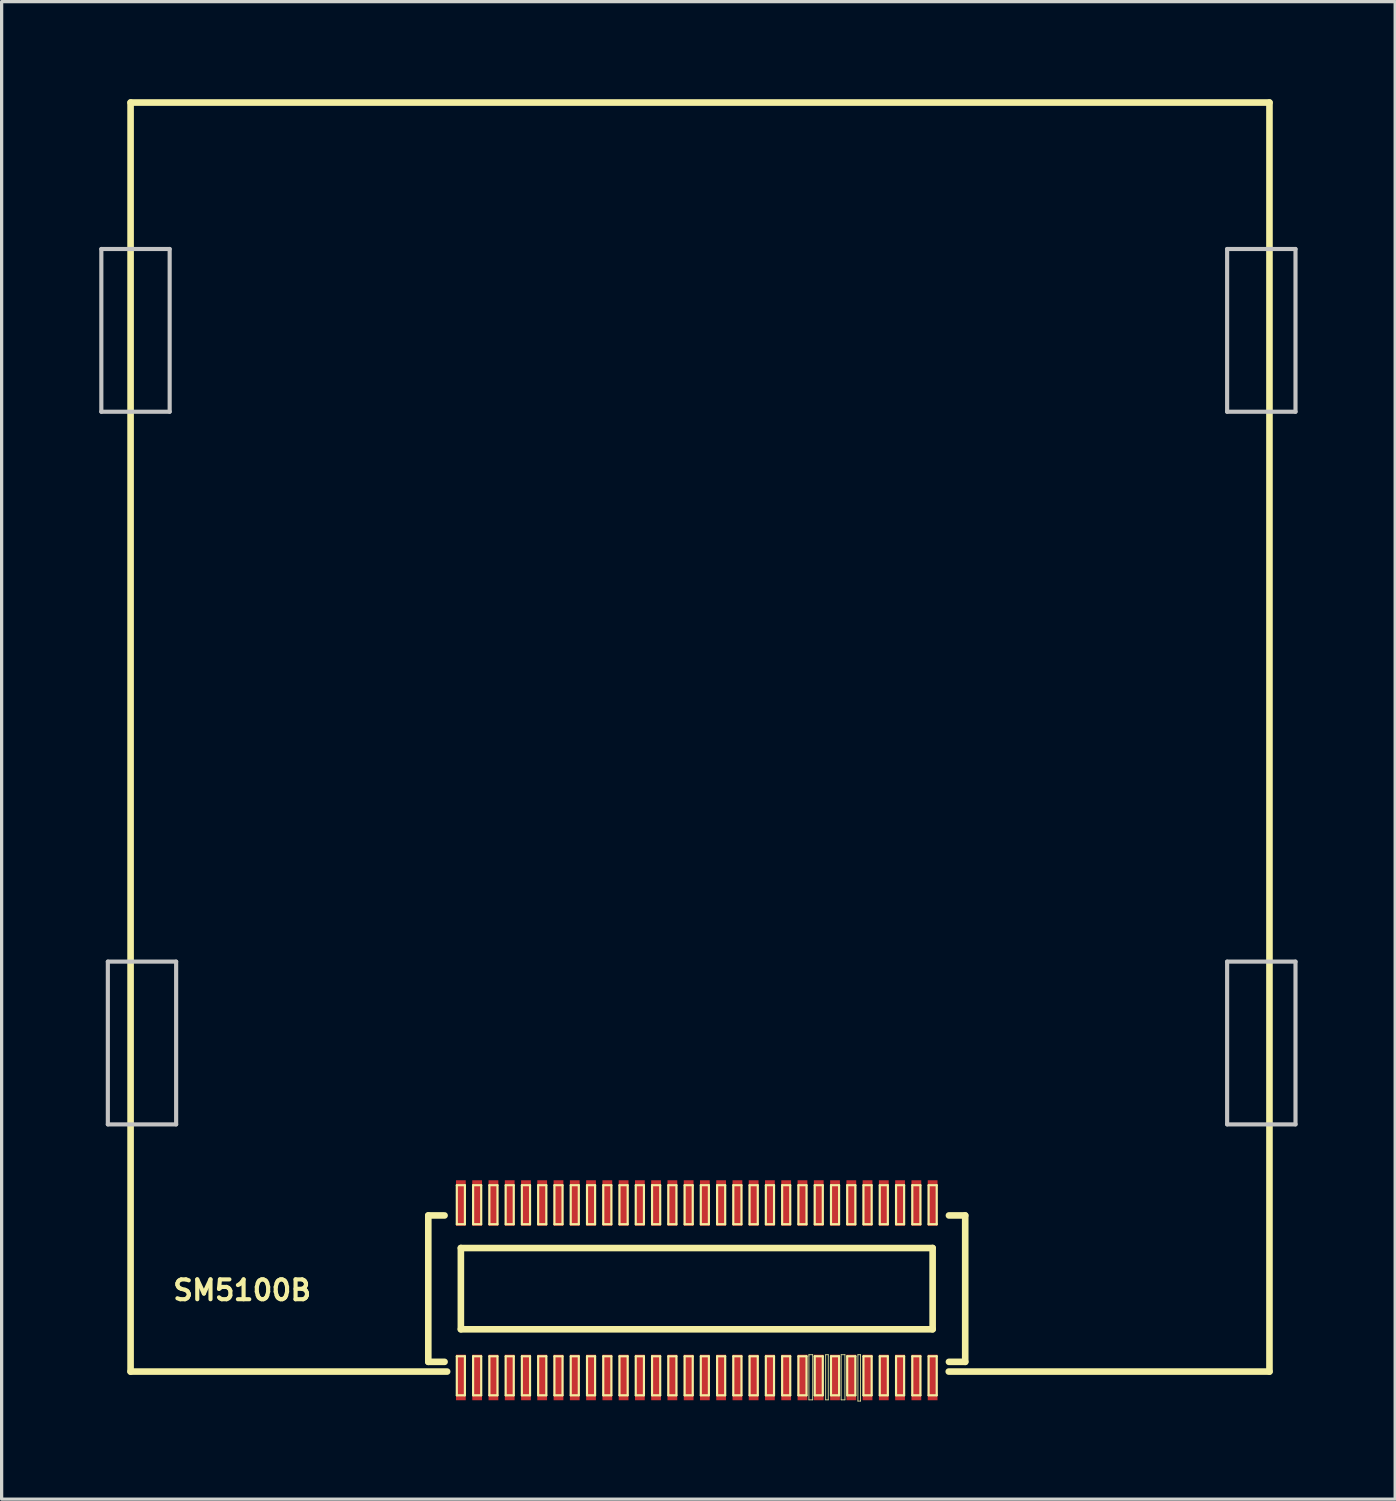
<source format=kicad_pcb>
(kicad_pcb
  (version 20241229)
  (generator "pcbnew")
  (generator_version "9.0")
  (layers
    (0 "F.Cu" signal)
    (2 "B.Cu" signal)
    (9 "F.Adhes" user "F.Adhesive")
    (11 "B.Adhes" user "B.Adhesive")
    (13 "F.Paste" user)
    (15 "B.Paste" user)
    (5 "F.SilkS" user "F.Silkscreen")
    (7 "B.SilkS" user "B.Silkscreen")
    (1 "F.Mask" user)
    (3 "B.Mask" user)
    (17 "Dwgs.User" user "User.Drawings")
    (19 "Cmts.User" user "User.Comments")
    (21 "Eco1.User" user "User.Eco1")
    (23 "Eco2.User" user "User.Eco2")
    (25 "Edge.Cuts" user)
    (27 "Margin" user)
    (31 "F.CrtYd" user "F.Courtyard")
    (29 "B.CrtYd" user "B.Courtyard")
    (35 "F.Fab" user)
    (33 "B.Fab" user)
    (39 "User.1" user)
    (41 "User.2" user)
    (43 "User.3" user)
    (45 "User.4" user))
  (footprint "SM5100B"
    (layer "F.Cu")
    (at 18.362 36.601)
    (property "Reference" "SM5100B" (at -13.97 0 180) (layer "F.SilkS") (effects (font (size 0.61 0.61) (thickness 0.127))))
    (attr smd)
    (fp_line (start -17.399 -36.5) (end 17.6 -36.5) (stroke (width 0.203) (type solid)) (layer "F.SilkS"))
    (fp_line (start -17.399 2.499) (end -17.399 -36.5) (stroke (width 0.203) (type solid)) (layer "F.SilkS"))
    (fp_line (start -8.25 -2.299) (end -8.25 2.2) (stroke (width 0.203) (type solid)) (layer "F.SilkS"))
    (fp_line (start -8.25 2.2) (end -7.75 2.2) (stroke (width 0.203) (type solid)) (layer "F.SilkS"))
    (fp_line (start -7.75 -2.299) (end -8.25 -2.299) (stroke (width 0.203) (type solid)) (layer "F.SilkS"))
    (fp_line (start -7.671 2.499) (end -17.399 2.499) (stroke (width 0.203) (type solid)) (layer "F.SilkS"))
    (fp_line (start -7.374 -3.228) (end -7.125 -3.228) (stroke (width 0.066) (type solid)) (layer "F.SilkS"))
    (fp_line (start -7.374 -2.029) (end -7.374 -3.228) (stroke (width 0.066) (type solid)) (layer "F.SilkS"))
    (fp_line (start -7.374 -2.029) (end -7.125 -2.029) (stroke (width 0.066) (type solid)) (layer "F.SilkS"))
    (fp_line (start -7.374 2.029) (end -7.125 2.029) (stroke (width 0.066) (type solid)) (layer "F.SilkS"))
    (fp_line (start -7.374 3.228) (end -7.374 2.029) (stroke (width 0.066) (type solid)) (layer "F.SilkS"))
    (fp_line (start -7.374 3.228) (end -7.125 3.228) (stroke (width 0.066) (type solid)) (layer "F.SilkS"))
    (fp_line (start -7.249 -1.298) (end 7.249 -1.298) (stroke (width 0.203) (type solid)) (layer "F.SilkS"))
    (fp_line (start -7.249 1.199) (end -7.249 -1.298) (stroke (width 0.203) (type solid)) (layer "F.SilkS"))
    (fp_line (start -7.125 -2.029) (end -7.125 -3.228) (stroke (width 0.066) (type solid)) (layer "F.SilkS"))
    (fp_line (start -7.125 3.228) (end -7.125 2.029) (stroke (width 0.066) (type solid)) (layer "F.SilkS"))
    (fp_line (start -6.873 -3.228) (end -6.624 -3.228) (stroke (width 0.066) (type solid)) (layer "F.SilkS"))
    (fp_line (start -6.873 -2.029) (end -6.873 -3.228) (stroke (width 0.066) (type solid)) (layer "F.SilkS"))
    (fp_line (start -6.873 -2.029) (end -6.624 -2.029) (stroke (width 0.066) (type solid)) (layer "F.SilkS"))
    (fp_line (start -6.873 2.029) (end -6.624 2.029) (stroke (width 0.066) (type solid)) (layer "F.SilkS"))
    (fp_line (start -6.873 3.228) (end -6.873 2.029) (stroke (width 0.066) (type solid)) (layer "F.SilkS"))
    (fp_line (start -6.873 3.228) (end -6.624 3.228) (stroke (width 0.066) (type solid)) (layer "F.SilkS"))
    (fp_line (start -6.624 -2.029) (end -6.624 -3.228) (stroke (width 0.066) (type solid)) (layer "F.SilkS"))
    (fp_line (start -6.624 3.228) (end -6.624 2.029) (stroke (width 0.066) (type solid)) (layer "F.SilkS"))
    (fp_line (start -6.373 -3.228) (end -6.124 -3.228) (stroke (width 0.066) (type solid)) (layer "F.SilkS"))
    (fp_line (start -6.373 -2.029) (end -6.373 -3.228) (stroke (width 0.066) (type solid)) (layer "F.SilkS"))
    (fp_line (start -6.373 -2.029) (end -6.124 -2.029) (stroke (width 0.066) (type solid)) (layer "F.SilkS"))
    (fp_line (start -6.373 2.029) (end -6.124 2.029) (stroke (width 0.066) (type solid)) (layer "F.SilkS"))
    (fp_line (start -6.373 3.228) (end -6.373 2.029) (stroke (width 0.066) (type solid)) (layer "F.SilkS"))
    (fp_line (start -6.373 3.228) (end -6.124 3.228) (stroke (width 0.066) (type solid)) (layer "F.SilkS"))
    (fp_line (start -6.124 -2.029) (end -6.124 -3.228) (stroke (width 0.066) (type solid)) (layer "F.SilkS"))
    (fp_line (start -6.124 3.228) (end -6.124 2.029) (stroke (width 0.066) (type solid)) (layer "F.SilkS"))
    (fp_line (start -5.872 -3.228) (end -5.624 -3.228) (stroke (width 0.066) (type solid)) (layer "F.SilkS"))
    (fp_line (start -5.872 -2.029) (end -5.872 -3.228) (stroke (width 0.066) (type solid)) (layer "F.SilkS"))
    (fp_line (start -5.872 -2.029) (end -5.624 -2.029) (stroke (width 0.066) (type solid)) (layer "F.SilkS"))
    (fp_line (start -5.872 2.029) (end -5.624 2.029) (stroke (width 0.066) (type solid)) (layer "F.SilkS"))
    (fp_line (start -5.872 3.228) (end -5.872 2.029) (stroke (width 0.066) (type solid)) (layer "F.SilkS"))
    (fp_line (start -5.872 3.228) (end -5.624 3.228) (stroke (width 0.066) (type solid)) (layer "F.SilkS"))
    (fp_line (start -5.624 -2.029) (end -5.624 -3.228) (stroke (width 0.066) (type solid)) (layer "F.SilkS"))
    (fp_line (start -5.624 3.228) (end -5.624 2.029) (stroke (width 0.066) (type solid)) (layer "F.SilkS"))
    (fp_line (start -5.375 -3.228) (end -5.123 -3.228) (stroke (width 0.066) (type solid)) (layer "F.SilkS"))
    (fp_line (start -5.375 -2.029) (end -5.375 -3.228) (stroke (width 0.066) (type solid)) (layer "F.SilkS"))
    (fp_line (start -5.375 -2.029) (end -5.123 -2.029) (stroke (width 0.066) (type solid)) (layer "F.SilkS"))
    (fp_line (start -5.375 2.029) (end -5.123 2.029) (stroke (width 0.066) (type solid)) (layer "F.SilkS"))
    (fp_line (start -5.375 3.228) (end -5.375 2.029) (stroke (width 0.066) (type solid)) (layer "F.SilkS"))
    (fp_line (start -5.375 3.228) (end -5.123 3.228) (stroke (width 0.066) (type solid)) (layer "F.SilkS"))
    (fp_line (start -5.123 -2.029) (end -5.123 -3.228) (stroke (width 0.066) (type solid)) (layer "F.SilkS"))
    (fp_line (start -5.123 3.228) (end -5.123 2.029) (stroke (width 0.066) (type solid)) (layer "F.SilkS"))
    (fp_line (start -4.874 -3.228) (end -4.623 -3.228) (stroke (width 0.066) (type solid)) (layer "F.SilkS"))
    (fp_line (start -4.874 -2.029) (end -4.874 -3.228) (stroke (width 0.066) (type solid)) (layer "F.SilkS"))
    (fp_line (start -4.874 -2.029) (end -4.623 -2.029) (stroke (width 0.066) (type solid)) (layer "F.SilkS"))
    (fp_line (start -4.874 2.029) (end -4.623 2.029) (stroke (width 0.066) (type solid)) (layer "F.SilkS"))
    (fp_line (start -4.874 3.228) (end -4.874 2.029) (stroke (width 0.066) (type solid)) (layer "F.SilkS"))
    (fp_line (start -4.874 3.228) (end -4.623 3.228) (stroke (width 0.066) (type solid)) (layer "F.SilkS"))
    (fp_line (start -4.623 -2.029) (end -4.623 -3.228) (stroke (width 0.066) (type solid)) (layer "F.SilkS"))
    (fp_line (start -4.623 3.228) (end -4.623 2.029) (stroke (width 0.066) (type solid)) (layer "F.SilkS"))
    (fp_line (start -4.374 -3.228) (end -4.125 -3.228) (stroke (width 0.066) (type solid)) (layer "F.SilkS"))
    (fp_line (start -4.374 -2.029) (end -4.374 -3.228) (stroke (width 0.066) (type solid)) (layer "F.SilkS"))
    (fp_line (start -4.374 -2.029) (end -4.125 -2.029) (stroke (width 0.066) (type solid)) (layer "F.SilkS"))
    (fp_line (start -4.374 2.029) (end -4.125 2.029) (stroke (width 0.066) (type solid)) (layer "F.SilkS"))
    (fp_line (start -4.374 3.228) (end -4.374 2.029) (stroke (width 0.066) (type solid)) (layer "F.SilkS"))
    (fp_line (start -4.374 3.228) (end -4.125 3.228) (stroke (width 0.066) (type solid)) (layer "F.SilkS"))
    (fp_line (start -4.125 -2.029) (end -4.125 -3.228) (stroke (width 0.066) (type solid)) (layer "F.SilkS"))
    (fp_line (start -4.125 3.228) (end -4.125 2.029) (stroke (width 0.066) (type solid)) (layer "F.SilkS"))
    (fp_line (start -3.873 -3.228) (end -3.625 -3.228) (stroke (width 0.066) (type solid)) (layer "F.SilkS"))
    (fp_line (start -3.873 -2.029) (end -3.873 -3.228) (stroke (width 0.066) (type solid)) (layer "F.SilkS"))
    (fp_line (start -3.873 -2.029) (end -3.625 -2.029) (stroke (width 0.066) (type solid)) (layer "F.SilkS"))
    (fp_line (start -3.873 2.029) (end -3.625 2.029) (stroke (width 0.066) (type solid)) (layer "F.SilkS"))
    (fp_line (start -3.873 3.228) (end -3.873 2.029) (stroke (width 0.066) (type solid)) (layer "F.SilkS"))
    (fp_line (start -3.873 3.228) (end -3.625 3.228) (stroke (width 0.066) (type solid)) (layer "F.SilkS"))
    (fp_line (start -3.625 -2.029) (end -3.625 -3.228) (stroke (width 0.066) (type solid)) (layer "F.SilkS"))
    (fp_line (start -3.625 3.228) (end -3.625 2.029) (stroke (width 0.066) (type solid)) (layer "F.SilkS"))
    (fp_line (start -3.373 -3.228) (end -3.124 -3.228) (stroke (width 0.066) (type solid)) (layer "F.SilkS"))
    (fp_line (start -3.373 -2.029) (end -3.373 -3.228) (stroke (width 0.066) (type solid)) (layer "F.SilkS"))
    (fp_line (start -3.373 -2.029) (end -3.124 -2.029) (stroke (width 0.066) (type solid)) (layer "F.SilkS"))
    (fp_line (start -3.373 2.029) (end -3.124 2.029) (stroke (width 0.066) (type solid)) (layer "F.SilkS"))
    (fp_line (start -3.373 3.228) (end -3.373 2.029) (stroke (width 0.066) (type solid)) (layer "F.SilkS"))
    (fp_line (start -3.373 3.228) (end -3.124 3.228) (stroke (width 0.066) (type solid)) (layer "F.SilkS"))
    (fp_line (start -3.124 -2.029) (end -3.124 -3.228) (stroke (width 0.066) (type solid)) (layer "F.SilkS"))
    (fp_line (start -3.124 3.228) (end -3.124 2.029) (stroke (width 0.066) (type solid)) (layer "F.SilkS"))
    (fp_line (start -2.873 -3.228) (end -2.624 -3.228) (stroke (width 0.066) (type solid)) (layer "F.SilkS"))
    (fp_line (start -2.873 -2.029) (end -2.873 -3.228) (stroke (width 0.066) (type solid)) (layer "F.SilkS"))
    (fp_line (start -2.873 -2.029) (end -2.624 -2.029) (stroke (width 0.066) (type solid)) (layer "F.SilkS"))
    (fp_line (start -2.873 2.029) (end -2.624 2.029) (stroke (width 0.066) (type solid)) (layer "F.SilkS"))
    (fp_line (start -2.873 3.228) (end -2.873 2.029) (stroke (width 0.066) (type solid)) (layer "F.SilkS"))
    (fp_line (start -2.873 3.228) (end -2.624 3.228) (stroke (width 0.066) (type solid)) (layer "F.SilkS"))
    (fp_line (start -2.624 -2.029) (end -2.624 -3.228) (stroke (width 0.066) (type solid)) (layer "F.SilkS"))
    (fp_line (start -2.624 3.228) (end -2.624 2.029) (stroke (width 0.066) (type solid)) (layer "F.SilkS"))
    (fp_line (start -2.375 -3.228) (end -2.123 -3.228) (stroke (width 0.066) (type solid)) (layer "F.SilkS"))
    (fp_line (start -2.375 -2.029) (end -2.375 -3.228) (stroke (width 0.066) (type solid)) (layer "F.SilkS"))
    (fp_line (start -2.375 -2.029) (end -2.123 -2.029) (stroke (width 0.066) (type solid)) (layer "F.SilkS"))
    (fp_line (start -2.375 2.029) (end -2.123 2.029) (stroke (width 0.066) (type solid)) (layer "F.SilkS"))
    (fp_line (start -2.375 3.228) (end -2.375 2.029) (stroke (width 0.066) (type solid)) (layer "F.SilkS"))
    (fp_line (start -2.375 3.228) (end -2.123 3.228) (stroke (width 0.066) (type solid)) (layer "F.SilkS"))
    (fp_line (start -2.123 -2.029) (end -2.123 -3.228) (stroke (width 0.066) (type solid)) (layer "F.SilkS"))
    (fp_line (start -2.123 3.228) (end -2.123 2.029) (stroke (width 0.066) (type solid)) (layer "F.SilkS"))
    (fp_line (start -1.875 -3.228) (end -1.623 -3.228) (stroke (width 0.066) (type solid)) (layer "F.SilkS"))
    (fp_line (start -1.875 -2.029) (end -1.875 -3.228) (stroke (width 0.066) (type solid)) (layer "F.SilkS"))
    (fp_line (start -1.875 -2.029) (end -1.623 -2.029) (stroke (width 0.066) (type solid)) (layer "F.SilkS"))
    (fp_line (start -1.875 2.029) (end -1.623 2.029) (stroke (width 0.066) (type solid)) (layer "F.SilkS"))
    (fp_line (start -1.875 3.228) (end -1.875 2.029) (stroke (width 0.066) (type solid)) (layer "F.SilkS"))
    (fp_line (start -1.875 3.228) (end -1.623 3.228) (stroke (width 0.066) (type solid)) (layer "F.SilkS"))
    (fp_line (start -1.623 -2.029) (end -1.623 -3.228) (stroke (width 0.066) (type solid)) (layer "F.SilkS"))
    (fp_line (start -1.623 3.228) (end -1.623 2.029) (stroke (width 0.066) (type solid)) (layer "F.SilkS"))
    (fp_line (start -1.374 -3.228) (end -1.123 -3.228) (stroke (width 0.066) (type solid)) (layer "F.SilkS"))
    (fp_line (start -1.374 -2.029) (end -1.374 -3.228) (stroke (width 0.066) (type solid)) (layer "F.SilkS"))
    (fp_line (start -1.374 -2.029) (end -1.123 -2.029) (stroke (width 0.066) (type solid)) (layer "F.SilkS"))
    (fp_line (start -1.374 2.029) (end -1.123 2.029) (stroke (width 0.066) (type solid)) (layer "F.SilkS"))
    (fp_line (start -1.374 3.228) (end -1.374 2.029) (stroke (width 0.066) (type solid)) (layer "F.SilkS"))
    (fp_line (start -1.374 3.228) (end -1.123 3.228) (stroke (width 0.066) (type solid)) (layer "F.SilkS"))
    (fp_line (start -1.123 -2.029) (end -1.123 -3.228) (stroke (width 0.066) (type solid)) (layer "F.SilkS"))
    (fp_line (start -1.123 3.228) (end -1.123 2.029) (stroke (width 0.066) (type solid)) (layer "F.SilkS"))
    (fp_line (start -0.874 -3.228) (end -0.625 -3.228) (stroke (width 0.066) (type solid)) (layer "F.SilkS"))
    (fp_line (start -0.874 -2.029) (end -0.874 -3.228) (stroke (width 0.066) (type solid)) (layer "F.SilkS"))
    (fp_line (start -0.874 -2.029) (end -0.625 -2.029) (stroke (width 0.066) (type solid)) (layer "F.SilkS"))
    (fp_line (start -0.874 2.029) (end -0.625 2.029) (stroke (width 0.066) (type solid)) (layer "F.SilkS"))
    (fp_line (start -0.874 3.228) (end -0.874 2.029) (stroke (width 0.066) (type solid)) (layer "F.SilkS"))
    (fp_line (start -0.874 3.228) (end -0.625 3.228) (stroke (width 0.066) (type solid)) (layer "F.SilkS"))
    (fp_line (start -0.625 -2.029) (end -0.625 -3.228) (stroke (width 0.066) (type solid)) (layer "F.SilkS"))
    (fp_line (start -0.625 3.228) (end -0.625 2.029) (stroke (width 0.066) (type solid)) (layer "F.SilkS"))
    (fp_line (start -0.373 -3.228) (end -0.124 -3.228) (stroke (width 0.066) (type solid)) (layer "F.SilkS"))
    (fp_line (start -0.373 -2.029) (end -0.373 -3.228) (stroke (width 0.066) (type solid)) (layer "F.SilkS"))
    (fp_line (start -0.373 -2.029) (end -0.124 -2.029) (stroke (width 0.066) (type solid)) (layer "F.SilkS"))
    (fp_line (start -0.373 2.029) (end -0.124 2.029) (stroke (width 0.066) (type solid)) (layer "F.SilkS"))
    (fp_line (start -0.373 3.228) (end -0.373 2.029) (stroke (width 0.066) (type solid)) (layer "F.SilkS"))
    (fp_line (start -0.373 3.228) (end -0.124 3.228) (stroke (width 0.066) (type solid)) (layer "F.SilkS"))
    (fp_line (start -0.124 -2.029) (end -0.124 -3.228) (stroke (width 0.066) (type solid)) (layer "F.SilkS"))
    (fp_line (start -0.124 3.228) (end -0.124 2.029) (stroke (width 0.066) (type solid)) (layer "F.SilkS"))
    (fp_line (start 0.124 -3.228) (end 0.373 -3.228) (stroke (width 0.066) (type solid)) (layer "F.SilkS"))
    (fp_line (start 0.124 -2.029) (end 0.124 -3.228) (stroke (width 0.066) (type solid)) (layer "F.SilkS"))
    (fp_line (start 0.124 -2.029) (end 0.373 -2.029) (stroke (width 0.066) (type solid)) (layer "F.SilkS"))
    (fp_line (start 0.124 2.029) (end 0.373 2.029) (stroke (width 0.066) (type solid)) (layer "F.SilkS"))
    (fp_line (start 0.124 3.228) (end 0.124 2.029) (stroke (width 0.066) (type solid)) (layer "F.SilkS"))
    (fp_line (start 0.124 3.228) (end 0.373 3.228) (stroke (width 0.066) (type solid)) (layer "F.SilkS"))
    (fp_line (start 0.373 -2.029) (end 0.373 -3.228) (stroke (width 0.066) (type solid)) (layer "F.SilkS"))
    (fp_line (start 0.373 3.228) (end 0.373 2.029) (stroke (width 0.066) (type solid)) (layer "F.SilkS"))
    (fp_line (start 0.625 -3.228) (end 0.874 -3.228) (stroke (width 0.066) (type solid)) (layer "F.SilkS"))
    (fp_line (start 0.625 -2.029) (end 0.625 -3.228) (stroke (width 0.066) (type solid)) (layer "F.SilkS"))
    (fp_line (start 0.625 -2.029) (end 0.874 -2.029) (stroke (width 0.066) (type solid)) (layer "F.SilkS"))
    (fp_line (start 0.625 2.029) (end 0.874 2.029) (stroke (width 0.066) (type solid)) (layer "F.SilkS"))
    (fp_line (start 0.625 3.228) (end 0.625 2.029) (stroke (width 0.066) (type solid)) (layer "F.SilkS"))
    (fp_line (start 0.625 3.228) (end 0.874 3.228) (stroke (width 0.066) (type solid)) (layer "F.SilkS"))
    (fp_line (start 0.874 -2.029) (end 0.874 -3.228) (stroke (width 0.066) (type solid)) (layer "F.SilkS"))
    (fp_line (start 0.874 3.228) (end 0.874 2.029) (stroke (width 0.066) (type solid)) (layer "F.SilkS"))
    (fp_line (start 1.123 -3.228) (end 1.374 -3.228) (stroke (width 0.066) (type solid)) (layer "F.SilkS"))
    (fp_line (start 1.123 -2.029) (end 1.123 -3.228) (stroke (width 0.066) (type solid)) (layer "F.SilkS"))
    (fp_line (start 1.123 -2.029) (end 1.374 -2.029) (stroke (width 0.066) (type solid)) (layer "F.SilkS"))
    (fp_line (start 1.123 2.029) (end 1.374 2.029) (stroke (width 0.066) (type solid)) (layer "F.SilkS"))
    (fp_line (start 1.123 3.228) (end 1.123 2.029) (stroke (width 0.066) (type solid)) (layer "F.SilkS"))
    (fp_line (start 1.123 3.228) (end 1.374 3.228) (stroke (width 0.066) (type solid)) (layer "F.SilkS"))
    (fp_line (start 1.374 -2.029) (end 1.374 -3.228) (stroke (width 0.066) (type solid)) (layer "F.SilkS"))
    (fp_line (start 1.374 3.228) (end 1.374 2.029) (stroke (width 0.066) (type solid)) (layer "F.SilkS"))
    (fp_line (start 1.623 -3.228) (end 1.875 -3.228) (stroke (width 0.066) (type solid)) (layer "F.SilkS"))
    (fp_line (start 1.623 -2.029) (end 1.623 -3.228) (stroke (width 0.066) (type solid)) (layer "F.SilkS"))
    (fp_line (start 1.623 -2.029) (end 1.875 -2.029) (stroke (width 0.066) (type solid)) (layer "F.SilkS"))
    (fp_line (start 1.623 2.029) (end 1.875 2.029) (stroke (width 0.066) (type solid)) (layer "F.SilkS"))
    (fp_line (start 1.623 3.228) (end 1.623 2.029) (stroke (width 0.066) (type solid)) (layer "F.SilkS"))
    (fp_line (start 1.623 3.228) (end 1.875 3.228) (stroke (width 0.066) (type solid)) (layer "F.SilkS"))
    (fp_line (start 1.875 -2.029) (end 1.875 -3.228) (stroke (width 0.066) (type solid)) (layer "F.SilkS"))
    (fp_line (start 1.875 3.228) (end 1.875 2.029) (stroke (width 0.066) (type solid)) (layer "F.SilkS"))
    (fp_line (start 2.123 -3.228) (end 2.375 -3.228) (stroke (width 0.066) (type solid)) (layer "F.SilkS"))
    (fp_line (start 2.123 -2.029) (end 2.123 -3.228) (stroke (width 0.066) (type solid)) (layer "F.SilkS"))
    (fp_line (start 2.123 -2.029) (end 2.375 -2.029) (stroke (width 0.066) (type solid)) (layer "F.SilkS"))
    (fp_line (start 2.123 2.029) (end 2.375 2.029) (stroke (width 0.066) (type solid)) (layer "F.SilkS"))
    (fp_line (start 2.123 3.228) (end 2.123 2.029) (stroke (width 0.066) (type solid)) (layer "F.SilkS"))
    (fp_line (start 2.123 3.228) (end 2.375 3.228) (stroke (width 0.066) (type solid)) (layer "F.SilkS"))
    (fp_line (start 2.375 -2.029) (end 2.375 -3.228) (stroke (width 0.066) (type solid)) (layer "F.SilkS"))
    (fp_line (start 2.375 3.228) (end 2.375 2.029) (stroke (width 0.066) (type solid)) (layer "F.SilkS"))
    (fp_line (start 2.624 -3.228) (end 2.873 -3.228) (stroke (width 0.066) (type solid)) (layer "F.SilkS"))
    (fp_line (start 2.624 -2.029) (end 2.624 -3.228) (stroke (width 0.066) (type solid)) (layer "F.SilkS"))
    (fp_line (start 2.624 -2.029) (end 2.873 -2.029) (stroke (width 0.066) (type solid)) (layer "F.SilkS"))
    (fp_line (start 2.624 2.029) (end 2.873 2.029) (stroke (width 0.066) (type solid)) (layer "F.SilkS"))
    (fp_line (start 2.624 3.228) (end 2.624 2.029) (stroke (width 0.066) (type solid)) (layer "F.SilkS"))
    (fp_line (start 2.624 3.228) (end 2.873 3.228) (stroke (width 0.066) (type solid)) (layer "F.SilkS"))
    (fp_line (start 2.873 -2.029) (end 2.873 -3.228) (stroke (width 0.066) (type solid)) (layer "F.SilkS"))
    (fp_line (start 2.873 3.228) (end 2.873 2.029) (stroke (width 0.066) (type solid)) (layer "F.SilkS"))
    (fp_line (start 3.124 -3.228) (end 3.373 -3.228) (stroke (width 0.066) (type solid)) (layer "F.SilkS"))
    (fp_line (start 3.124 -2.029) (end 3.124 -3.228) (stroke (width 0.066) (type solid)) (layer "F.SilkS"))
    (fp_line (start 3.124 -2.029) (end 3.373 -2.029) (stroke (width 0.066) (type solid)) (layer "F.SilkS"))
    (fp_line (start 3.124 2.029) (end 3.373 2.029) (stroke (width 0.066) (type solid)) (layer "F.SilkS"))
    (fp_line (start 3.124 3.228) (end 3.124 2.029) (stroke (width 0.066) (type solid)) (layer "F.SilkS"))
    (fp_line (start 3.124 3.228) (end 3.373 3.228) (stroke (width 0.066) (type solid)) (layer "F.SilkS"))
    (fp_line (start 3.373 -2.029) (end 3.373 -3.228) (stroke (width 0.066) (type solid)) (layer "F.SilkS"))
    (fp_line (start 3.373 3.228) (end 3.373 2.029) (stroke (width 0.066) (type solid)) (layer "F.SilkS"))
    (fp_line (start 3.447 1.981) (end 3.564 1.981) (stroke (width 0.025) (type solid)) (layer "F.SilkS"))
    (fp_line (start 3.447 2.019) (end 3.447 1.981) (stroke (width 0.025) (type solid)) (layer "F.SilkS"))
    (fp_line (start 3.447 3.368) (end 3.447 2.019) (stroke (width 0.025) (type solid)) (layer "F.SilkS"))
    (fp_line (start 3.564 1.981) (end 3.564 3.368) (stroke (width 0.025) (type solid)) (layer "F.SilkS"))
    (fp_line (start 3.564 3.368) (end 3.447 3.368) (stroke (width 0.025) (type solid)) (layer "F.SilkS"))
    (fp_line (start 3.625 -3.228) (end 3.873 -3.228) (stroke (width 0.066) (type solid)) (layer "F.SilkS"))
    (fp_line (start 3.625 -2.029) (end 3.625 -3.228) (stroke (width 0.066) (type solid)) (layer "F.SilkS"))
    (fp_line (start 3.625 -2.029) (end 3.873 -2.029) (stroke (width 0.066) (type solid)) (layer "F.SilkS"))
    (fp_line (start 3.625 2.029) (end 3.873 2.029) (stroke (width 0.066) (type solid)) (layer "F.SilkS"))
    (fp_line (start 3.625 3.228) (end 3.625 2.029) (stroke (width 0.066) (type solid)) (layer "F.SilkS"))
    (fp_line (start 3.625 3.228) (end 3.873 3.228) (stroke (width 0.066) (type solid)) (layer "F.SilkS"))
    (fp_line (start 3.873 -2.029) (end 3.873 -3.228) (stroke (width 0.066) (type solid)) (layer "F.SilkS"))
    (fp_line (start 3.873 3.228) (end 3.873 2.029) (stroke (width 0.066) (type solid)) (layer "F.SilkS"))
    (fp_line (start 3.962 1.981) (end 4.041 1.981) (stroke (width 0.025) (type solid)) (layer "F.SilkS"))
    (fp_line (start 3.962 3.368) (end 3.962 1.981) (stroke (width 0.025) (type solid)) (layer "F.SilkS"))
    (fp_line (start 4.041 1.981) (end 4.041 3.368) (stroke (width 0.025) (type solid)) (layer "F.SilkS"))
    (fp_line (start 4.041 3.368) (end 3.962 3.368) (stroke (width 0.025) (type solid)) (layer "F.SilkS"))
    (fp_line (start 4.125 -3.228) (end 4.374 -3.228) (stroke (width 0.066) (type solid)) (layer "F.SilkS"))
    (fp_line (start 4.125 -2.029) (end 4.125 -3.228) (stroke (width 0.066) (type solid)) (layer "F.SilkS"))
    (fp_line (start 4.125 -2.029) (end 4.374 -2.029) (stroke (width 0.066) (type solid)) (layer "F.SilkS"))
    (fp_line (start 4.125 2.029) (end 4.374 2.029) (stroke (width 0.066) (type solid)) (layer "F.SilkS"))
    (fp_line (start 4.125 3.228) (end 4.125 2.029) (stroke (width 0.066) (type solid)) (layer "F.SilkS"))
    (fp_line (start 4.125 3.228) (end 4.374 3.228) (stroke (width 0.066) (type solid)) (layer "F.SilkS"))
    (fp_line (start 4.374 -2.029) (end 4.374 -3.228) (stroke (width 0.066) (type solid)) (layer "F.SilkS"))
    (fp_line (start 4.374 3.228) (end 4.374 2.029) (stroke (width 0.066) (type solid)) (layer "F.SilkS"))
    (fp_line (start 4.437 1.981) (end 4.554 1.981) (stroke (width 0.025) (type solid)) (layer "F.SilkS"))
    (fp_line (start 4.437 3.368) (end 4.437 1.981) (stroke (width 0.025) (type solid)) (layer "F.SilkS"))
    (fp_line (start 4.554 1.981) (end 4.554 3.368) (stroke (width 0.025) (type solid)) (layer "F.SilkS"))
    (fp_line (start 4.554 3.368) (end 4.437 3.368) (stroke (width 0.025) (type solid)) (layer "F.SilkS"))
    (fp_line (start 4.623 -3.228) (end 4.874 -3.228) (stroke (width 0.066) (type solid)) (layer "F.SilkS"))
    (fp_line (start 4.623 -2.029) (end 4.623 -3.228) (stroke (width 0.066) (type solid)) (layer "F.SilkS"))
    (fp_line (start 4.623 -2.029) (end 4.874 -2.029) (stroke (width 0.066) (type solid)) (layer "F.SilkS"))
    (fp_line (start 4.623 2.029) (end 4.874 2.029) (stroke (width 0.066) (type solid)) (layer "F.SilkS"))
    (fp_line (start 4.623 3.228) (end 4.623 2.029) (stroke (width 0.066) (type solid)) (layer "F.SilkS"))
    (fp_line (start 4.623 3.228) (end 4.874 3.228) (stroke (width 0.066) (type solid)) (layer "F.SilkS"))
    (fp_line (start 4.874 -2.029) (end 4.874 -3.228) (stroke (width 0.066) (type solid)) (layer "F.SilkS"))
    (fp_line (start 4.874 3.228) (end 4.874 2.029) (stroke (width 0.066) (type solid)) (layer "F.SilkS"))
    (fp_line (start 4.953 1.981) (end 4.953 3.406) (stroke (width 0.025) (type solid)) (layer "F.SilkS"))
    (fp_line (start 4.953 3.406) (end 5.032 3.406) (stroke (width 0.025) (type solid)) (layer "F.SilkS"))
    (fp_line (start 5.032 1.981) (end 4.953 1.981) (stroke (width 0.025) (type solid)) (layer "F.SilkS"))
    (fp_line (start 5.032 3.406) (end 5.032 1.981) (stroke (width 0.025) (type solid)) (layer "F.SilkS"))
    (fp_line (start 5.123 -3.228) (end 5.375 -3.228) (stroke (width 0.066) (type solid)) (layer "F.SilkS"))
    (fp_line (start 5.123 -2.029) (end 5.123 -3.228) (stroke (width 0.066) (type solid)) (layer "F.SilkS"))
    (fp_line (start 5.123 -2.029) (end 5.375 -2.029) (stroke (width 0.066) (type solid)) (layer "F.SilkS"))
    (fp_line (start 5.123 2.029) (end 5.375 2.029) (stroke (width 0.066) (type solid)) (layer "F.SilkS"))
    (fp_line (start 5.123 3.228) (end 5.123 2.029) (stroke (width 0.066) (type solid)) (layer "F.SilkS"))
    (fp_line (start 5.123 3.228) (end 5.375 3.228) (stroke (width 0.066) (type solid)) (layer "F.SilkS"))
    (fp_line (start 5.375 -2.029) (end 5.375 -3.228) (stroke (width 0.066) (type solid)) (layer "F.SilkS"))
    (fp_line (start 5.375 3.228) (end 5.375 2.029) (stroke (width 0.066) (type solid)) (layer "F.SilkS"))
    (fp_line (start 5.624 -3.228) (end 5.872 -3.228) (stroke (width 0.066) (type solid)) (layer "F.SilkS"))
    (fp_line (start 5.624 -2.029) (end 5.624 -3.228) (stroke (width 0.066) (type solid)) (layer "F.SilkS"))
    (fp_line (start 5.624 -2.029) (end 5.872 -2.029) (stroke (width 0.066) (type solid)) (layer "F.SilkS"))
    (fp_line (start 5.624 2.029) (end 5.872 2.029) (stroke (width 0.066) (type solid)) (layer "F.SilkS"))
    (fp_line (start 5.624 3.228) (end 5.624 2.029) (stroke (width 0.066) (type solid)) (layer "F.SilkS"))
    (fp_line (start 5.624 3.228) (end 5.872 3.228) (stroke (width 0.066) (type solid)) (layer "F.SilkS"))
    (fp_line (start 5.872 -2.029) (end 5.872 -3.228) (stroke (width 0.066) (type solid)) (layer "F.SilkS"))
    (fp_line (start 5.872 3.228) (end 5.872 2.029) (stroke (width 0.066) (type solid)) (layer "F.SilkS"))
    (fp_line (start 6.124 -3.228) (end 6.373 -3.228) (stroke (width 0.066) (type solid)) (layer "F.SilkS"))
    (fp_line (start 6.124 -2.029) (end 6.124 -3.228) (stroke (width 0.066) (type solid)) (layer "F.SilkS"))
    (fp_line (start 6.124 -2.029) (end 6.373 -2.029) (stroke (width 0.066) (type solid)) (layer "F.SilkS"))
    (fp_line (start 6.124 2.029) (end 6.373 2.029) (stroke (width 0.066) (type solid)) (layer "F.SilkS"))
    (fp_line (start 6.124 3.228) (end 6.124 2.029) (stroke (width 0.066) (type solid)) (layer "F.SilkS"))
    (fp_line (start 6.124 3.228) (end 6.373 3.228) (stroke (width 0.066) (type solid)) (layer "F.SilkS"))
    (fp_line (start 6.373 -2.029) (end 6.373 -3.228) (stroke (width 0.066) (type solid)) (layer "F.SilkS"))
    (fp_line (start 6.373 3.228) (end 6.373 2.029) (stroke (width 0.066) (type solid)) (layer "F.SilkS"))
    (fp_line (start 6.624 -3.228) (end 6.873 -3.228) (stroke (width 0.066) (type solid)) (layer "F.SilkS"))
    (fp_line (start 6.624 -2.029) (end 6.624 -3.228) (stroke (width 0.066) (type solid)) (layer "F.SilkS"))
    (fp_line (start 6.624 -2.029) (end 6.873 -2.029) (stroke (width 0.066) (type solid)) (layer "F.SilkS"))
    (fp_line (start 6.624 2.029) (end 6.873 2.029) (stroke (width 0.066) (type solid)) (layer "F.SilkS"))
    (fp_line (start 6.624 3.228) (end 6.624 2.029) (stroke (width 0.066) (type solid)) (layer "F.SilkS"))
    (fp_line (start 6.624 3.228) (end 6.873 3.228) (stroke (width 0.066) (type solid)) (layer "F.SilkS"))
    (fp_line (start 6.873 -2.029) (end 6.873 -3.228) (stroke (width 0.066) (type solid)) (layer "F.SilkS"))
    (fp_line (start 6.873 3.228) (end 6.873 2.029) (stroke (width 0.066) (type solid)) (layer "F.SilkS"))
    (fp_line (start 7.125 -3.228) (end 7.374 -3.228) (stroke (width 0.066) (type solid)) (layer "F.SilkS"))
    (fp_line (start 7.125 -2.029) (end 7.125 -3.228) (stroke (width 0.066) (type solid)) (layer "F.SilkS"))
    (fp_line (start 7.125 -2.029) (end 7.374 -2.029) (stroke (width 0.066) (type solid)) (layer "F.SilkS"))
    (fp_line (start 7.125 2.029) (end 7.374 2.029) (stroke (width 0.066) (type solid)) (layer "F.SilkS"))
    (fp_line (start 7.125 3.228) (end 7.125 2.029) (stroke (width 0.066) (type solid)) (layer "F.SilkS"))
    (fp_line (start 7.125 3.228) (end 7.374 3.228) (stroke (width 0.066) (type solid)) (layer "F.SilkS"))
    (fp_line (start 7.249 -1.298) (end 7.249 1.199) (stroke (width 0.203) (type solid)) (layer "F.SilkS"))
    (fp_line (start 7.249 1.199) (end -7.249 1.199) (stroke (width 0.203) (type solid)) (layer "F.SilkS"))
    (fp_line (start 7.374 -2.029) (end 7.374 -3.228) (stroke (width 0.066) (type solid)) (layer "F.SilkS"))
    (fp_line (start 7.374 3.228) (end 7.374 2.029) (stroke (width 0.066) (type solid)) (layer "F.SilkS"))
    (fp_line (start 7.75 -2.299) (end 8.25 -2.299) (stroke (width 0.203) (type solid)) (layer "F.SilkS"))
    (fp_line (start 8.25 -2.299) (end 8.25 2.2) (stroke (width 0.203) (type solid)) (layer "F.SilkS"))
    (fp_line (start 8.25 2.2) (end 7.75 2.2) (stroke (width 0.203) (type solid)) (layer "F.SilkS"))
    (fp_line (start 17.6 -36.5) (end 17.6 2.499) (stroke (width 0.203) (type solid)) (layer "F.SilkS"))
    (fp_line (start 17.6 2.499) (end 7.744 2.499) (stroke (width 0.203) (type solid)) (layer "F.SilkS"))
    (fp_line (start -18.298 -31.999) (end -18.298 -26.998) (stroke (width 0.127) (type solid)) (layer "Dwgs.User"))
    (fp_line (start -18.298 -26.998) (end -16.198 -26.998) (stroke (width 0.127) (type solid)) (layer "Dwgs.User"))
    (fp_line (start -18.098 -10.099) (end -18.098 -5.098) (stroke (width 0.127) (type solid)) (layer "Dwgs.User"))
    (fp_line (start -18.098 -5.098) (end -15.999 -5.098) (stroke (width 0.127) (type solid)) (layer "Dwgs.User"))
    (fp_line (start -16.198 -31.999) (end -18.298 -31.999) (stroke (width 0.127) (type solid)) (layer "Dwgs.User"))
    (fp_line (start -16.198 -26.998) (end -16.198 -31.999) (stroke (width 0.127) (type solid)) (layer "Dwgs.User"))
    (fp_line (start -15.999 -10.099) (end -18.098 -10.099) (stroke (width 0.127) (type solid)) (layer "Dwgs.User"))
    (fp_line (start -15.999 -5.098) (end -15.999 -10.099) (stroke (width 0.127) (type solid)) (layer "Dwgs.User"))
    (fp_line (start 16.299 -31.999) (end 16.299 -26.998) (stroke (width 0.127) (type solid)) (layer "Dwgs.User"))
    (fp_line (start 16.299 -26.998) (end 18.4 -26.998) (stroke (width 0.127) (type solid)) (layer "Dwgs.User"))
    (fp_line (start 16.299 -10.099) (end 16.299 -5.098) (stroke (width 0.127) (type solid)) (layer "Dwgs.User"))
    (fp_line (start 16.299 -5.098) (end 18.4 -5.098) (stroke (width 0.127) (type solid)) (layer "Dwgs.User"))
    (fp_line (start 18.4 -31.999) (end 16.299 -31.999) (stroke (width 0.127) (type solid)) (layer "Dwgs.User"))
    (fp_line (start 18.4 -26.998) (end 18.4 -31.999) (stroke (width 0.127) (type solid)) (layer "Dwgs.User"))
    (fp_line (start 18.4 -10.099) (end 16.299 -10.099) (stroke (width 0.127) (type solid)) (layer "Dwgs.User"))
    (fp_line (start 18.4 -5.098) (end 18.4 -10.099) (stroke (width 0.127) (type solid)) (layer "Dwgs.User"))
    (pad "1" smd rect (at 7.249 2.68 180) (size 0.3 1.4) (layers "F.Cu" "F.Mask" "F.Paste"))
    (pad "2" smd rect (at 7.249 -2.68 180) (size 0.3 1.4) (layers "F.Cu" "F.Mask" "F.Paste"))
    (pad "3" smd rect (at 6.749 2.68 180) (size 0.3 1.4) (layers "F.Cu" "F.Mask" "F.Paste"))
    (pad "4" smd rect (at 6.749 -2.68 180) (size 0.3 1.4) (layers "F.Cu" "F.Mask" "F.Paste"))
    (pad "5" smd rect (at 6.248 2.68 180) (size 0.3 1.4) (layers "F.Cu" "F.Mask" "F.Paste"))
    (pad "6" smd rect (at 6.248 -2.68 180) (size 0.3 1.4) (layers "F.Cu" "F.Mask" "F.Paste"))
    (pad "7" smd rect (at 5.748 2.68 180) (size 0.3 1.4) (layers "F.Cu" "F.Mask" "F.Paste"))
    (pad "8" smd rect (at 5.748 -2.68 180) (size 0.3 1.4) (layers "F.Cu" "F.Mask" "F.Paste"))
    (pad "9" smd rect (at 5.248 2.68 180) (size 0.3 1.4) (layers "F.Cu" "F.Mask" "F.Paste"))
    (pad "10" smd rect (at 5.248 -2.68 180) (size 0.3 1.4) (layers "F.Cu" "F.Mask" "F.Paste"))
    (pad "11" smd rect (at 4.75 2.68 180) (size 0.3 1.4) (layers "F.Cu" "F.Mask" "F.Paste"))
    (pad "12" smd rect (at 4.75 -2.68 180) (size 0.3 1.4) (layers "F.Cu" "F.Mask" "F.Paste"))
    (pad "13" smd rect (at 4.249 2.68 180) (size 0.3 1.4) (layers "F.Cu" "F.Mask" "F.Paste"))
    (pad "14" smd rect (at 4.249 -2.68 180) (size 0.3 1.4) (layers "F.Cu" "F.Mask" "F.Paste"))
    (pad "15" smd rect (at 3.749 2.68 180) (size 0.3 1.4) (layers "F.Cu" "F.Mask" "F.Paste"))
    (pad "16" smd rect (at 3.749 -2.68 180) (size 0.3 1.4) (layers "F.Cu" "F.Mask" "F.Paste"))
    (pad "17" smd rect (at 3.249 2.68 180) (size 0.3 1.4) (layers "F.Cu" "F.Mask" "F.Paste"))
    (pad "18" smd rect (at 3.249 -2.68 180) (size 0.3 1.4) (layers "F.Cu" "F.Mask" "F.Paste"))
    (pad "19" smd rect (at 2.748 2.68 180) (size 0.3 1.4) (layers "F.Cu" "F.Mask" "F.Paste"))
    (pad "20" smd rect (at 2.748 -2.68 180) (size 0.3 1.4) (layers "F.Cu" "F.Mask" "F.Paste"))
    (pad "21" smd rect (at 2.248 2.68 180) (size 0.3 1.4) (layers "F.Cu" "F.Mask" "F.Paste"))
    (pad "22" smd rect (at 2.248 -2.68 180) (size 0.3 1.4) (layers "F.Cu" "F.Mask" "F.Paste"))
    (pad "23" smd rect (at 1.748 2.68 180) (size 0.3 1.4) (layers "F.Cu" "F.Mask" "F.Paste"))
    (pad "24" smd rect (at 1.748 -2.68 180) (size 0.3 1.4) (layers "F.Cu" "F.Mask" "F.Paste"))
    (pad "25" smd rect (at 1.25 2.68 180) (size 0.3 1.4) (layers "F.Cu" "F.Mask" "F.Paste"))
    (pad "26" smd rect (at 1.25 -2.68 180) (size 0.3 1.4) (layers "F.Cu" "F.Mask" "F.Paste"))
    (pad "27" smd rect (at 0.749 2.68 180) (size 0.3 1.4) (layers "F.Cu" "F.Mask" "F.Paste"))
    (pad "28" smd rect (at 0.749 -2.68 180) (size 0.3 1.4) (layers "F.Cu" "F.Mask" "F.Paste"))
    (pad "29" smd rect (at 0.249 2.68 180) (size 0.3 1.4) (layers "F.Cu" "F.Mask" "F.Paste"))
    (pad "30" smd rect (at 0.249 -2.68 180) (size 0.3 1.4) (layers "F.Cu" "F.Mask" "F.Paste"))
    (pad "31" smd rect (at -0.249 2.68 180) (size 0.3 1.4) (layers "F.Cu" "F.Mask" "F.Paste"))
    (pad "32" smd rect (at -0.249 -2.68 180) (size 0.3 1.4) (layers "F.Cu" "F.Mask" "F.Paste"))
    (pad "33" smd rect (at -0.749 2.68 180) (size 0.3 1.4) (layers "F.Cu" "F.Mask" "F.Paste"))
    (pad "34" smd rect (at -0.749 -2.68 180) (size 0.3 1.4) (layers "F.Cu" "F.Mask" "F.Paste"))
    (pad "35" smd rect (at -1.25 2.68 180) (size 0.3 1.4) (layers "F.Cu" "F.Mask" "F.Paste"))
    (pad "36" smd rect (at -1.25 -2.68 180) (size 0.3 1.4) (layers "F.Cu" "F.Mask" "F.Paste"))
    (pad "37" smd rect (at -1.748 2.68 180) (size 0.3 1.4) (layers "F.Cu" "F.Mask" "F.Paste"))
    (pad "38" smd rect (at -1.748 -2.68 180) (size 0.3 1.4) (layers "F.Cu" "F.Mask" "F.Paste"))
    (pad "39" smd rect (at -2.248 2.68 180) (size 0.3 1.4) (layers "F.Cu" "F.Mask" "F.Paste"))
    (pad "40" smd rect (at -2.248 -2.68 180) (size 0.3 1.4) (layers "F.Cu" "F.Mask" "F.Paste"))
    (pad "41" smd rect (at -2.748 2.68 180) (size 0.3 1.4) (layers "F.Cu" "F.Mask" "F.Paste"))
    (pad "42" smd rect (at -2.748 -2.68 180) (size 0.3 1.4) (layers "F.Cu" "F.Mask" "F.Paste"))
    (pad "43" smd rect (at -3.249 2.68 180) (size 0.3 1.4) (layers "F.Cu" "F.Mask" "F.Paste"))
    (pad "44" smd rect (at -3.249 -2.68 180) (size 0.3 1.4) (layers "F.Cu" "F.Mask" "F.Paste"))
    (pad "45" smd rect (at -3.749 2.68 180) (size 0.3 1.4) (layers "F.Cu" "F.Mask" "F.Paste"))
    (pad "46" smd rect (at -3.749 -2.68 180) (size 0.3 1.4) (layers "F.Cu" "F.Mask" "F.Paste"))
    (pad "47" smd rect (at -4.249 2.68 180) (size 0.3 1.4) (layers "F.Cu" "F.Mask" "F.Paste"))
    (pad "48" smd rect (at -4.249 -2.68 180) (size 0.3 1.4) (layers "F.Cu" "F.Mask" "F.Paste"))
    (pad "49" smd rect (at -4.75 2.68 180) (size 0.3 1.4) (layers "F.Cu" "F.Mask" "F.Paste"))
    (pad "50" smd rect (at -4.75 -2.68 180) (size 0.3 1.4) (layers "F.Cu" "F.Mask" "F.Paste"))
    (pad "51" smd rect (at -5.248 2.68 180) (size 0.3 1.4) (layers "F.Cu" "F.Mask" "F.Paste"))
    (pad "52" smd rect (at -5.248 -2.68 180) (size 0.3 1.4) (layers "F.Cu" "F.Mask" "F.Paste"))
    (pad "53" smd rect (at -5.748 2.68 180) (size 0.3 1.4) (layers "F.Cu" "F.Mask" "F.Paste"))
    (pad "54" smd rect (at -5.748 -2.68 180) (size 0.3 1.4) (layers "F.Cu" "F.Mask" "F.Paste"))
    (pad "55" smd rect (at -6.248 2.68 180) (size 0.3 1.4) (layers "F.Cu" "F.Mask" "F.Paste"))
    (pad "56" smd rect (at -6.248 -2.68 180) (size 0.3 1.4) (layers "F.Cu" "F.Mask" "F.Paste"))
    (pad "57" smd rect (at -6.749 2.68 180) (size 0.3 1.4) (layers "F.Cu" "F.Mask" "F.Paste"))
    (pad "58" smd rect (at -6.749 -2.68 180) (size 0.3 1.4) (layers "F.Cu" "F.Mask" "F.Paste"))
    (pad "59" smd rect (at -7.249 2.68 180) (size 0.3 1.4) (layers "F.Cu" "F.Mask" "F.Paste"))
    (pad "60" smd rect (at -7.249 -2.68 180) (size 0.3 1.4) (layers "F.Cu" "F.Mask" "F.Paste")))
  (gr_rect
    (start -3 -3)
    (end 39.825 43.02)
    (stroke (width 0.1) (type default))
    (fill no)
    (layer "Edge.Cuts")))
</source>
